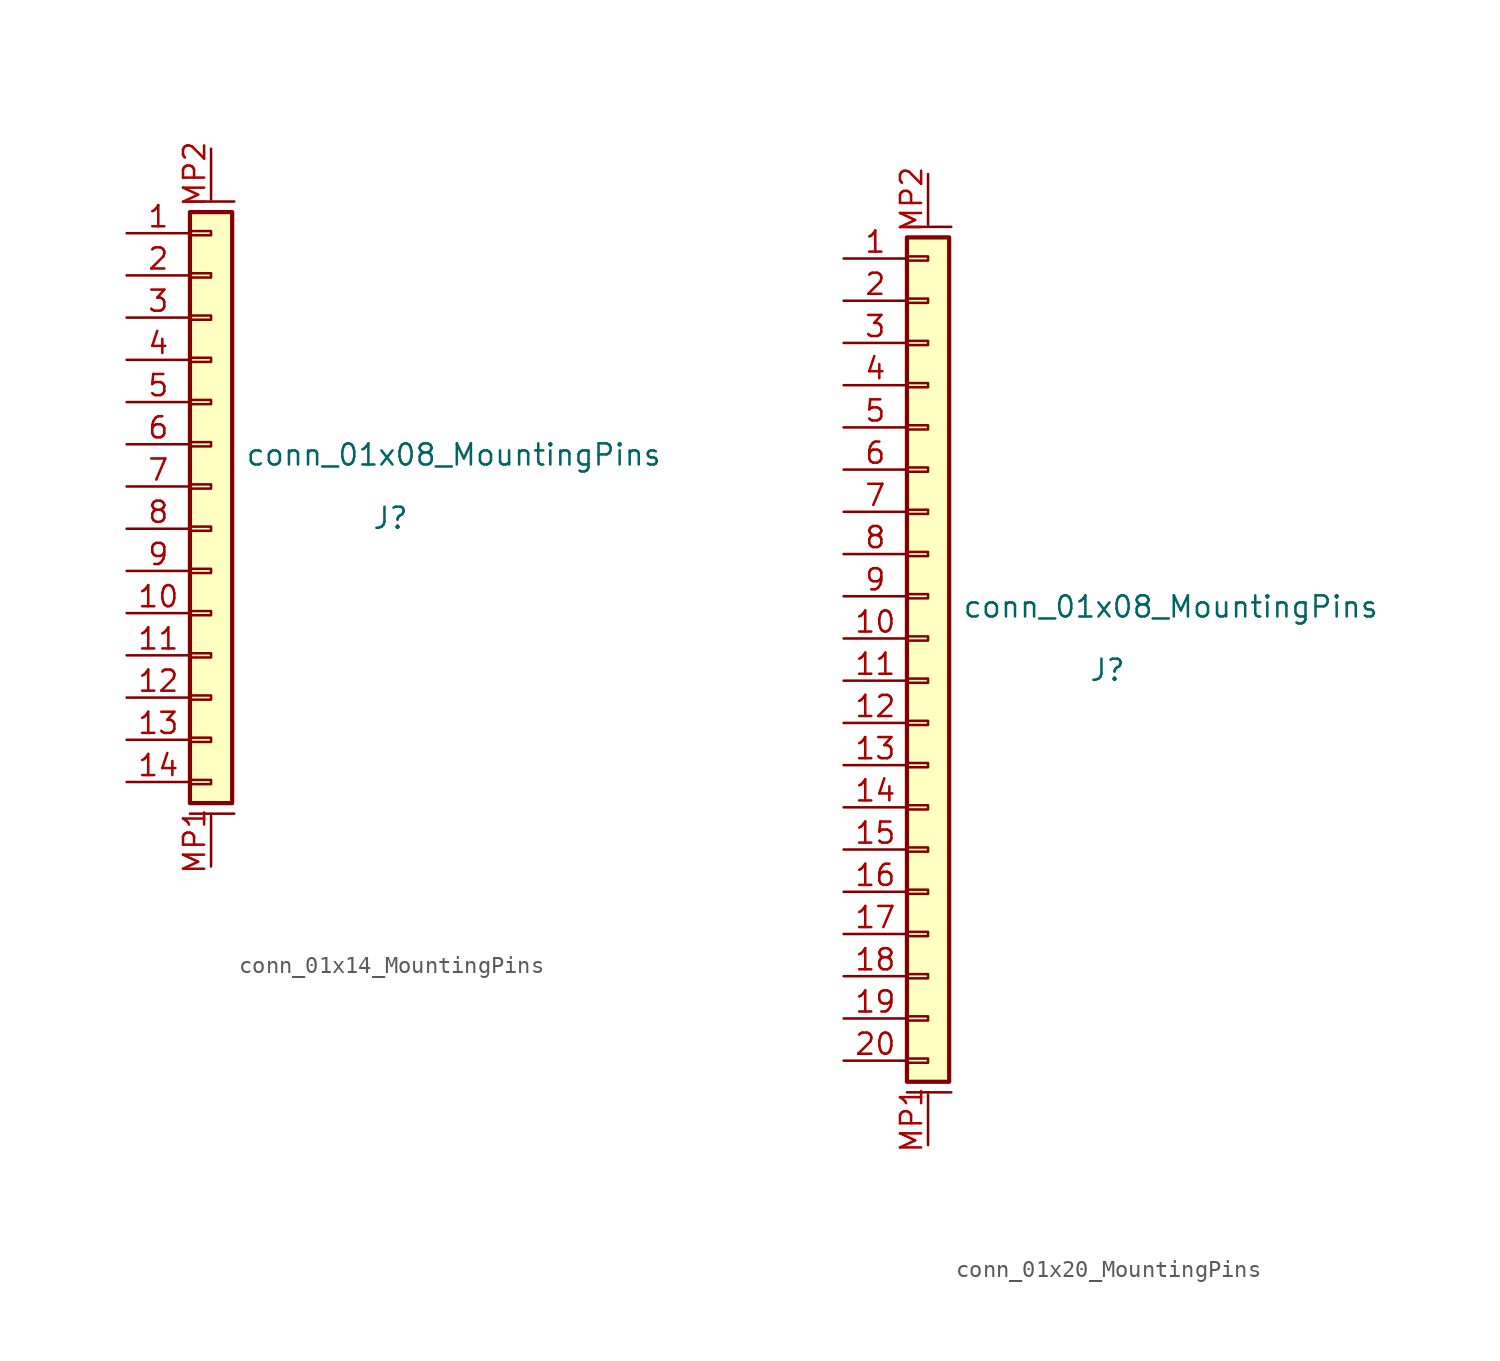
<source format=kicad_sym>
(kicad_symbol_lib
  (version 20231120)
  (generator "kicad_symbol_editor")
  (generator_version "8.0")
  (symbol "conn_01x14_MountingPins"
    (pin_names hide)
    (property "Reference" "J"
      (at 10.795 -1.905 0)
      (effects (font (size 1.27 1.27))))
    (property "Value" "conn_01x08_MountingPins"
      (at 14.605 1.905 0)
      (effects (font (size 1.27 1.27))))
    (symbol "conn_01x14_MountingPins_1_1"
      (rectangle (start -1.27 -17.653) (end 0 -17.907) (stroke (width 0.152) (type default)) (fill (type none)))
      (rectangle (start -1.27 -15.113) (end 0 -15.367) (stroke (width 0.152) (type default)) (fill (type none)))
      (rectangle (start -1.27 -12.573) (end 0 -12.827) (stroke (width 0.152) (type default)) (fill (type none)))
      (rectangle (start -1.27 -10.033) (end 0 -10.287) (stroke (width 0.152) (type default)) (fill (type none)))
      (rectangle (start -1.27 -7.493) (end 0 -7.747) (stroke (width 0.152) (type default)) (fill (type none)))
      (rectangle (start -1.27 -4.953) (end 0 -5.207) (stroke (width 0.152) (type default)) (fill (type none)))
      (rectangle (start -1.27 -2.413) (end 0 -2.667) (stroke (width 0.152) (type default)) (fill (type none)))
      (rectangle (start -1.27 0.127) (end 0 -0.127) (stroke (width 0.152) (type default)) (fill (type none)))
      (rectangle (start -1.27 2.667) (end 0 2.413) (stroke (width 0.152) (type default)) (fill (type none)))
      (rectangle (start -1.27 5.207) (end 0 4.953) (stroke (width 0.152) (type default)) (fill (type none)))
      (rectangle (start -1.27 7.747) (end 0 7.493) (stroke (width 0.152) (type default)) (fill (type none)))
      (rectangle (start -1.27 10.287) (end 0 10.033) (stroke (width 0.152) (type default)) (fill (type none)))
      (rectangle (start -1.27 12.827) (end 0 12.573) (stroke (width 0.152) (type default)) (fill (type none)))
      (rectangle (start -1.27 15.367) (end 0 15.113) (stroke (width 0.152) (type default)) (fill (type none)))
      (rectangle (start -1.27 16.51) (end 1.27 -19.05) (stroke (width 0.254) (type default)) (fill (type background)))
      (polyline (pts (xy -1.27 -19.685) (xy 1.397 -19.685)) (stroke (width 0.152) (type default)) (fill (type none)))
      (polyline (pts (xy -1.27 17.145) (xy 1.397 17.145)) (stroke (width 0.152) (type default)) (fill (type none)))
      (pin passive line (at -5.08 15.24 0) (length 3.81) (name "Pin_1" (effects (font (size 1.27 1.27)))) (number "1" (effects (font (size 1.27 1.27)))))
      (pin passive line (at -5.08 -7.62 0) (length 3.81) (name "Pin_10" (effects (font (size 1.27 1.27)))) (number "10" (effects (font (size 1.27 1.27)))))
      (pin passive line (at -5.08 -10.16 0) (length 3.81) (name "Pin_11" (effects (font (size 1.27 1.27)))) (number "11" (effects (font (size 1.27 1.27)))))
      (pin passive line (at -5.08 -12.7 0) (length 3.81) (name "Pin_12" (effects (font (size 1.27 1.27)))) (number "12" (effects (font (size 1.27 1.27)))))
      (pin passive line (at -5.08 -15.24 0) (length 3.81) (name "Pin_13" (effects (font (size 1.27 1.27)))) (number "13" (effects (font (size 1.27 1.27)))))
      (pin passive line (at -5.08 -17.78 0) (length 3.81) (name "Pin_14" (effects (font (size 1.27 1.27)))) (number "14" (effects (font (size 1.27 1.27)))))
      (pin passive line (at -5.08 12.7 0) (length 3.81) (name "Pin_2" (effects (font (size 1.27 1.27)))) (number "2" (effects (font (size 1.27 1.27)))))
      (pin passive line (at -5.08 10.16 0) (length 3.81) (name "Pin_3" (effects (font (size 1.27 1.27)))) (number "3" (effects (font (size 1.27 1.27)))))
      (pin passive line (at -5.08 7.62 0) (length 3.81) (name "Pin_4" (effects (font (size 1.27 1.27)))) (number "4" (effects (font (size 1.27 1.27)))))
      (pin passive line (at -5.08 5.08 0) (length 3.81) (name "Pin_5" (effects (font (size 1.27 1.27)))) (number "5" (effects (font (size 1.27 1.27)))))
      (pin passive line (at -5.08 2.54 0) (length 3.81) (name "Pin_6" (effects (font (size 1.27 1.27)))) (number "6" (effects (font (size 1.27 1.27)))))
      (pin passive line (at -5.08 0 0) (length 3.81) (name "Pin_7" (effects (font (size 1.27 1.27)))) (number "7" (effects (font (size 1.27 1.27)))))
      (pin passive line (at -5.08 -2.54 0) (length 3.81) (name "Pin_8" (effects (font (size 1.27 1.27)))) (number "8" (effects (font (size 1.27 1.27)))))
      (pin passive line (at -5.08 -5.08 0) (length 3.81) (name "Pin_9" (effects (font (size 1.27 1.27)))) (number "9" (effects (font (size 1.27 1.27)))))
      (pin passive line (at 0 -22.86 90) (length 3.048) (name "MountPin1" (effects (font (size 1.27 1.27)))) (number "MP1" (effects (font (size 1.27 1.27)))))
      (pin passive line (at 0 20.32 270) (length 3.048) (name "MountPin2" (effects (font (size 1.27 1.27)))) (number "MP2" (effects (font (size 1.27 1.27)))))))
  (symbol "conn_01x20_MountingPins"
    (pin_names hide)
    (property "Reference" "J"
      (at 10.795 -0.635 0)
      (effects (font (size 1.27 1.27))))
    (property "Value" "conn_01x08_MountingPins"
      (at 14.605 3.175 0)
      (effects (font (size 1.27 1.27))))
    (symbol "conn_01x20_MountingPins_1_1"
      (rectangle (start -1.27 -24.003) (end 0 -24.257) (stroke (width 0.152) (type default)) (fill (type none)))
      (rectangle (start -1.27 -21.463) (end 0 -21.717) (stroke (width 0.152) (type default)) (fill (type none)))
      (rectangle (start -1.27 -18.923) (end 0 -19.177) (stroke (width 0.152) (type default)) (fill (type none)))
      (rectangle (start -1.27 -16.383) (end 0 -16.637) (stroke (width 0.152) (type default)) (fill (type none)))
      (rectangle (start -1.27 -13.843) (end 0 -14.097) (stroke (width 0.152) (type default)) (fill (type none)))
      (rectangle (start -1.27 -11.303) (end 0 -11.557) (stroke (width 0.152) (type default)) (fill (type none)))
      (rectangle (start -1.27 -8.763) (end 0 -9.017) (stroke (width 0.152) (type default)) (fill (type none)))
      (rectangle (start -1.27 -6.223) (end 0 -6.477) (stroke (width 0.152) (type default)) (fill (type none)))
      (rectangle (start -1.27 -3.683) (end 0 -3.937) (stroke (width 0.152) (type default)) (fill (type none)))
      (rectangle (start -1.27 -1.143) (end 0 -1.397) (stroke (width 0.152) (type default)) (fill (type none)))
      (rectangle (start -1.27 1.397) (end 0 1.143) (stroke (width 0.152) (type default)) (fill (type none)))
      (rectangle (start -1.27 3.937) (end 0 3.683) (stroke (width 0.152) (type default)) (fill (type none)))
      (rectangle (start -1.27 6.477) (end 0 6.223) (stroke (width 0.152) (type default)) (fill (type none)))
      (rectangle (start -1.27 9.017) (end 0 8.763) (stroke (width 0.152) (type default)) (fill (type none)))
      (rectangle (start -1.27 11.557) (end 0 11.303) (stroke (width 0.152) (type default)) (fill (type none)))
      (rectangle (start -1.27 14.097) (end 0 13.843) (stroke (width 0.152) (type default)) (fill (type none)))
      (rectangle (start -1.27 16.637) (end 0 16.383) (stroke (width 0.152) (type default)) (fill (type none)))
      (rectangle (start -1.27 19.177) (end 0 18.923) (stroke (width 0.152) (type default)) (fill (type none)))
      (rectangle (start -1.27 21.717) (end 0 21.463) (stroke (width 0.152) (type default)) (fill (type none)))
      (rectangle (start -1.27 24.257) (end 0 24.003) (stroke (width 0.152) (type default)) (fill (type none)))
      (rectangle (start -1.27 25.4) (end 1.27 -25.4) (stroke (width 0.254) (type default)) (fill (type background)))
      (polyline (pts (xy -1.27 -26.035) (xy 1.397 -26.035)) (stroke (width 0.152) (type default)) (fill (type none)))
      (polyline (pts (xy -1.27 26.035) (xy 1.397 26.035)) (stroke (width 0.152) (type default)) (fill (type none)))
      (pin passive line (at -5.08 24.13 0) (length 3.81) (name "Pin_1" (effects (font (size 1.27 1.27)))) (number "1" (effects (font (size 1.27 1.27)))))
      (pin passive line (at -5.08 1.27 0) (length 3.81) (name "Pin_10" (effects (font (size 1.27 1.27)))) (number "10" (effects (font (size 1.27 1.27)))))
      (pin passive line (at -5.08 -1.27 0) (length 3.81) (name "Pin_11" (effects (font (size 1.27 1.27)))) (number "11" (effects (font (size 1.27 1.27)))))
      (pin passive line (at -5.08 -3.81 0) (length 3.81) (name "Pin_12" (effects (font (size 1.27 1.27)))) (number "12" (effects (font (size 1.27 1.27)))))
      (pin passive line (at -5.08 -6.35 0) (length 3.81) (name "Pin_13" (effects (font (size 1.27 1.27)))) (number "13" (effects (font (size 1.27 1.27)))))
      (pin passive line (at -5.08 -8.89 0) (length 3.81) (name "Pin_14" (effects (font (size 1.27 1.27)))) (number "14" (effects (font (size 1.27 1.27)))))
      (pin passive line (at -5.08 -11.43 0) (length 3.81) (name "Pin_15" (effects (font (size 1.27 1.27)))) (number "15" (effects (font (size 1.27 1.27)))))
      (pin passive line (at -5.08 -13.97 0) (length 3.81) (name "Pin_16" (effects (font (size 1.27 1.27)))) (number "16" (effects (font (size 1.27 1.27)))))
      (pin passive line (at -5.08 -16.51 0) (length 3.81) (name "Pin_17" (effects (font (size 1.27 1.27)))) (number "17" (effects (font (size 1.27 1.27)))))
      (pin passive line (at -5.08 -19.05 0) (length 3.81) (name "Pin_18" (effects (font (size 1.27 1.27)))) (number "18" (effects (font (size 1.27 1.27)))))
      (pin passive line (at -5.08 -21.59 0) (length 3.81) (name "Pin_19" (effects (font (size 1.27 1.27)))) (number "19" (effects (font (size 1.27 1.27)))))
      (pin passive line (at -5.08 21.59 0) (length 3.81) (name "Pin_2" (effects (font (size 1.27 1.27)))) (number "2" (effects (font (size 1.27 1.27)))))
      (pin passive line (at -5.08 -24.13 0) (length 3.81) (name "Pin_20" (effects (font (size 1.27 1.27)))) (number "20" (effects (font (size 1.27 1.27)))))
      (pin passive line (at -5.08 19.05 0) (length 3.81) (name "Pin_3" (effects (font (size 1.27 1.27)))) (number "3" (effects (font (size 1.27 1.27)))))
      (pin passive line (at -5.08 16.51 0) (length 3.81) (name "Pin_4" (effects (font (size 1.27 1.27)))) (number "4" (effects (font (size 1.27 1.27)))))
      (pin passive line (at -5.08 13.97 0) (length 3.81) (name "Pin_5" (effects (font (size 1.27 1.27)))) (number "5" (effects (font (size 1.27 1.27)))))
      (pin passive line (at -5.08 11.43 0) (length 3.81) (name "Pin_6" (effects (font (size 1.27 1.27)))) (number "6" (effects (font (size 1.27 1.27)))))
      (pin passive line (at -5.08 8.89 0) (length 3.81) (name "Pin_7" (effects (font (size 1.27 1.27)))) (number "7" (effects (font (size 1.27 1.27)))))
      (pin passive line (at -5.08 6.35 0) (length 3.81) (name "Pin_8" (effects (font (size 1.27 1.27)))) (number "8" (effects (font (size 1.27 1.27)))))
      (pin passive line (at -5.08 3.81 0) (length 3.81) (name "Pin_9" (effects (font (size 1.27 1.27)))) (number "9" (effects (font (size 1.27 1.27)))))
      (pin passive line (at 0 -29.21 90) (length 3.048) (name "MountPin1" (effects (font (size 1.27 1.27)))) (number "MP1" (effects (font (size 1.27 1.27)))))
      (pin passive line (at 0 29.21 270) (length 3.048) (name "MountPin2" (effects (font (size 1.27 1.27)))) (number "MP2" (effects (font (size 1.27 1.27))))))))
</source>
